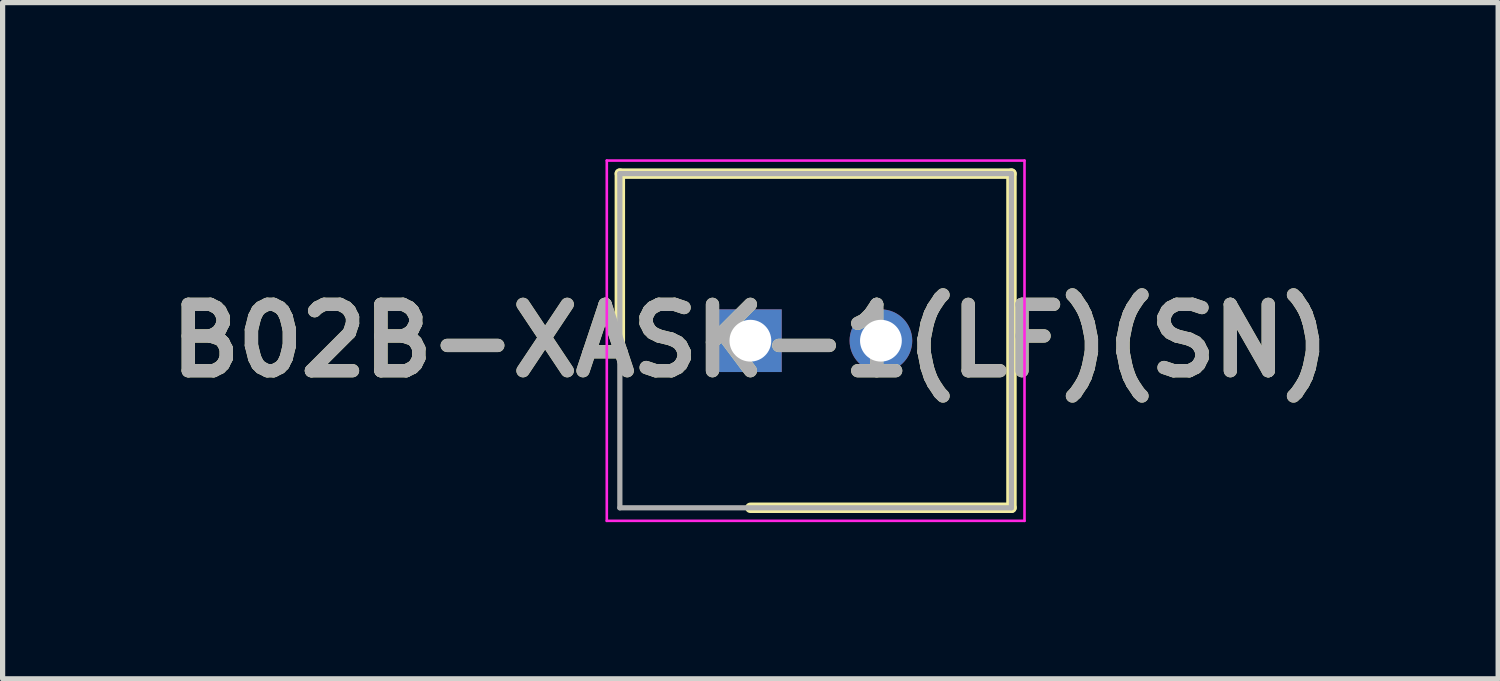
<source format=kicad_pcb>
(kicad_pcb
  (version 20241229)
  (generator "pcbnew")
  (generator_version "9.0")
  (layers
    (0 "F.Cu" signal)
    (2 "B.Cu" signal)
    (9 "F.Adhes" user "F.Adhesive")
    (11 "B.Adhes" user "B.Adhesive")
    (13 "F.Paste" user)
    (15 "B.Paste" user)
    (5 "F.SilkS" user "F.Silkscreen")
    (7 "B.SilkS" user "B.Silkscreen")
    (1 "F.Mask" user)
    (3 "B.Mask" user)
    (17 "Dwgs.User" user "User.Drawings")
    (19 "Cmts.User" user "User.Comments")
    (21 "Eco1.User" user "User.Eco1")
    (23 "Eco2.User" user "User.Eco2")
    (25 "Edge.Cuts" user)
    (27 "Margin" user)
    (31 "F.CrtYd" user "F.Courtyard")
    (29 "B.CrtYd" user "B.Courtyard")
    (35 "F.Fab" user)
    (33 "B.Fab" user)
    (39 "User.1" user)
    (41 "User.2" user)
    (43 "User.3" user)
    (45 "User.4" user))
  (footprint "B02B-XASK-1(LF)(SN)"
    (layer "F.Cu")
    (at 11.321 3.475)
    (property "Reference" "B02B-XASK-1(LF)(SN)" (at 0 0 0) (layer "F.SilkS") (effects (font (size 1.27 1.27) (thickness 0.254))))
    (attr through_hole)
    (fp_line (start -2.5 -3.2) (end -2.5 0) (stroke (width 0.2) (type solid)) (layer "F.SilkS"))
    (fp_line (start 0 3.2) (end 5 3.2) (stroke (width 0.2) (type solid)) (layer "F.SilkS"))
    (fp_line (start 5 -3.2) (end -2.5 -3.2) (stroke (width 0.2) (type solid)) (layer "F.SilkS"))
    (fp_line (start 5 3.2) (end 5 -3.2) (stroke (width 0.2) (type solid)) (layer "F.SilkS"))
    (fp_line (start -2.75 -3.45) (end 5.25 -3.45) (stroke (width 0.05) (type solid)) (layer "F.CrtYd"))
    (fp_line (start -2.75 3.45) (end -2.75 -3.45) (stroke (width 0.05) (type solid)) (layer "F.CrtYd"))
    (fp_line (start 5.25 -3.45) (end 5.25 3.45) (stroke (width 0.05) (type solid)) (layer "F.CrtYd"))
    (fp_line (start 5.25 3.45) (end -2.75 3.45) (stroke (width 0.05) (type solid)) (layer "F.CrtYd"))
    (fp_line (start -2.5 -3.2) (end 5 -3.2) (stroke (width 0.1) (type solid)) (layer "F.Fab"))
    (fp_line (start -2.5 3.2) (end -2.5 -3.2) (stroke (width 0.1) (type solid)) (layer "F.Fab"))
    (fp_line (start 5 -3.2) (end 5 3.2) (stroke (width 0.1) (type solid)) (layer "F.Fab"))
    (fp_line (start 5 3.2) (end -2.5 3.2) (stroke (width 0.1) (type solid)) (layer "F.Fab"))
    (fp_text user "${REFERENCE}" (at 0 0 0) (layer "F.Fab") (effects (font (size 1.27 1.27) (thickness 0.254))))
    (pad "1" thru_hole rect (at 0 0) (size 1.2 1.2) (drill 0.8) (layers "*.Cu" "*.Mask"))
    (pad "2" thru_hole circle (at 2.5 0) (size 1.2 1.2) (drill 0.8) (layers "*.Cu" "*.Mask")))
  (gr_rect
    (start -3 -3)
    (end 25.642 9.95)
    (stroke (width 0.1) (type default))
    (fill no)
    (layer "Edge.Cuts")))
</source>
